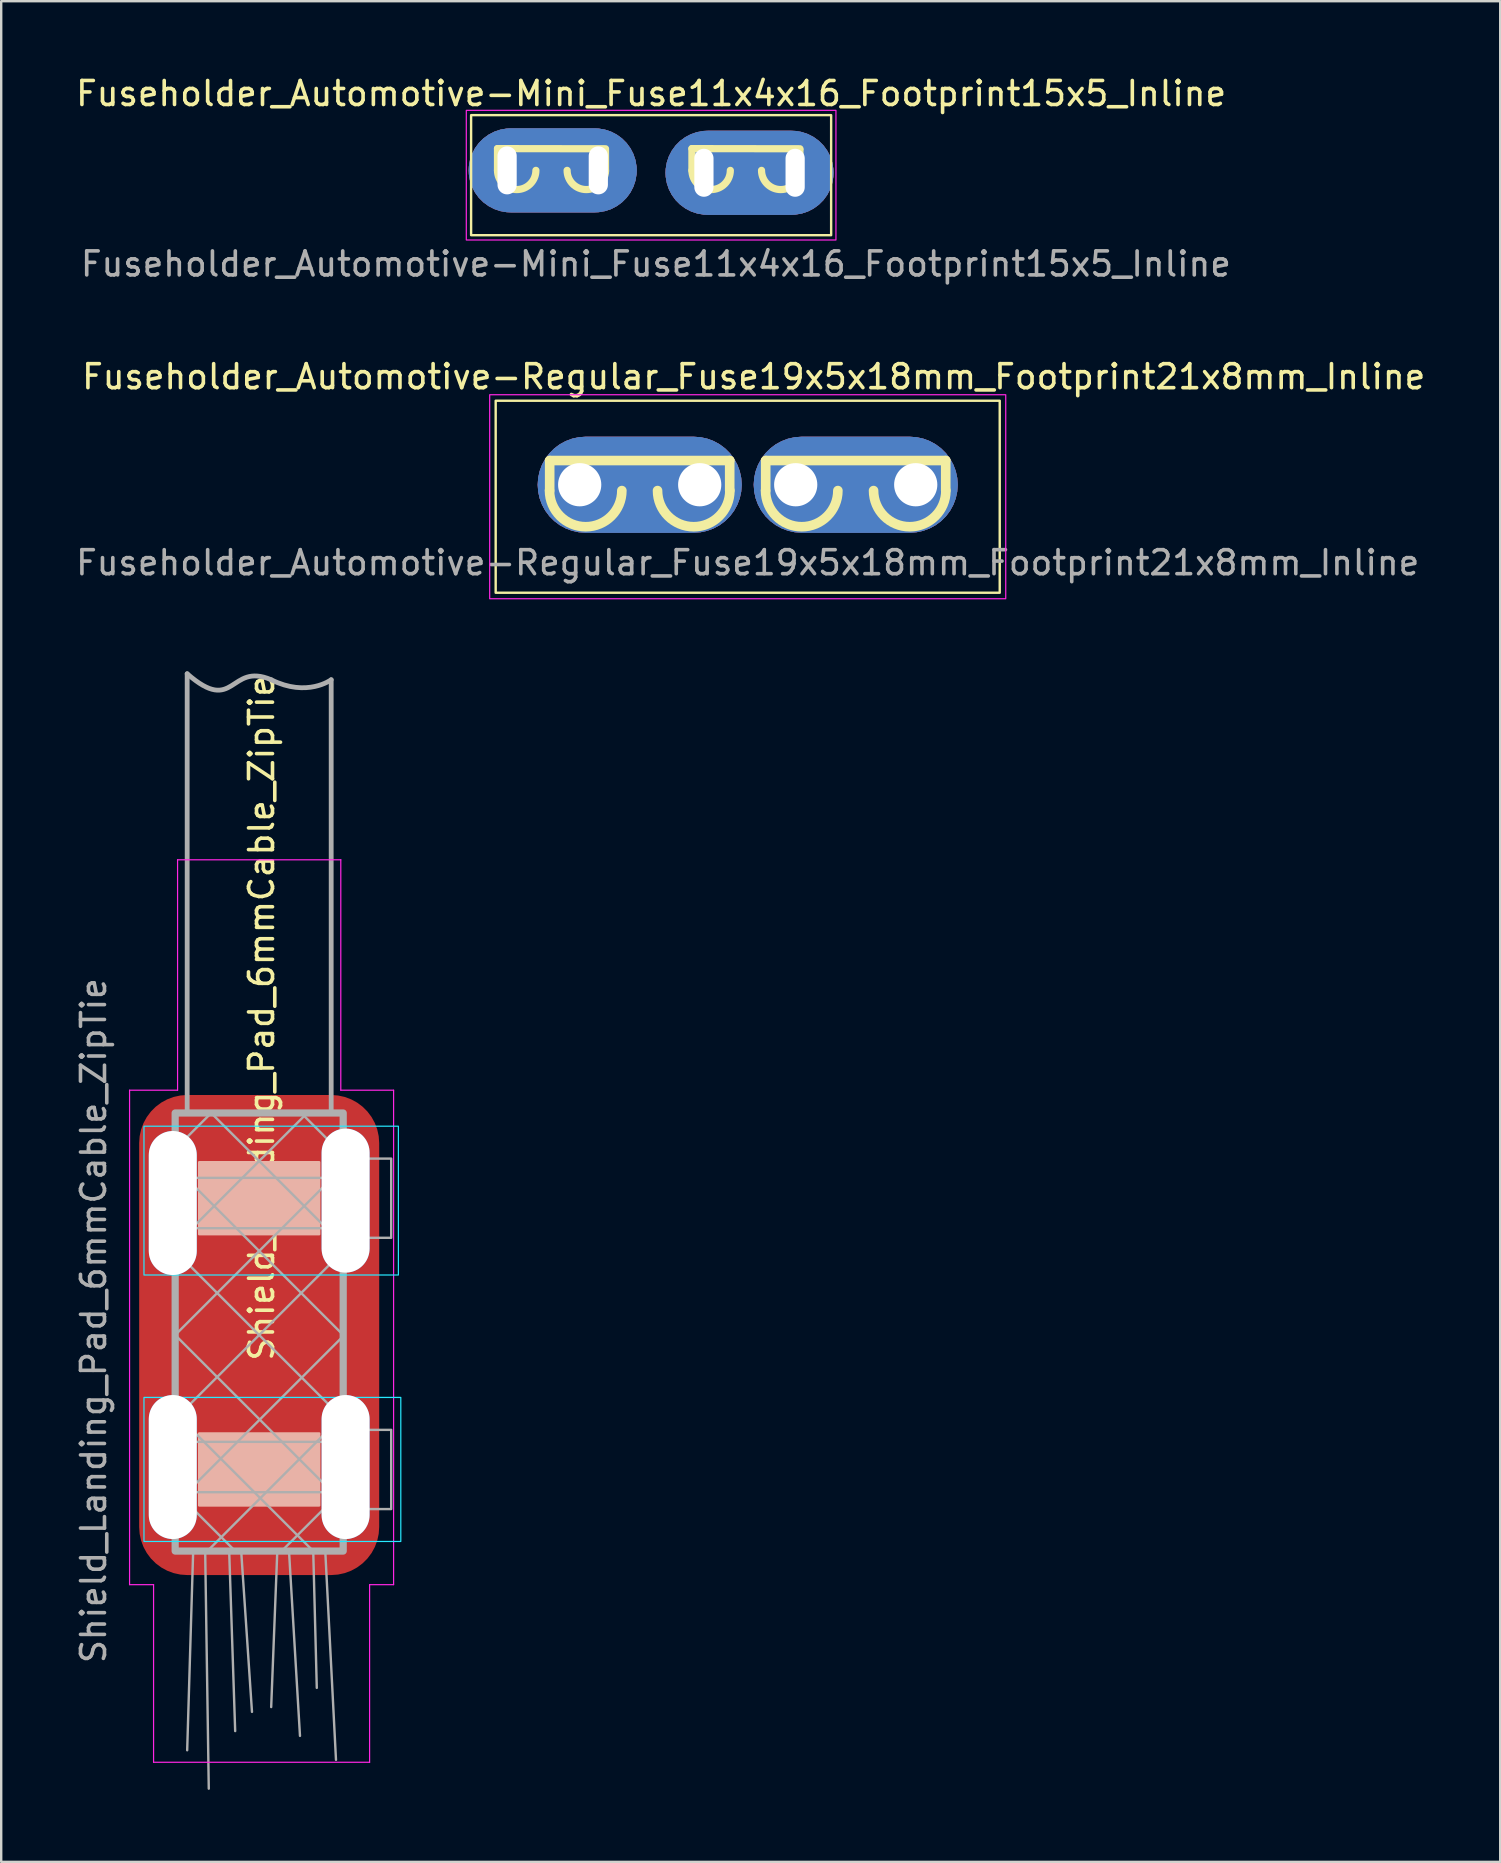
<source format=kicad_pcb>
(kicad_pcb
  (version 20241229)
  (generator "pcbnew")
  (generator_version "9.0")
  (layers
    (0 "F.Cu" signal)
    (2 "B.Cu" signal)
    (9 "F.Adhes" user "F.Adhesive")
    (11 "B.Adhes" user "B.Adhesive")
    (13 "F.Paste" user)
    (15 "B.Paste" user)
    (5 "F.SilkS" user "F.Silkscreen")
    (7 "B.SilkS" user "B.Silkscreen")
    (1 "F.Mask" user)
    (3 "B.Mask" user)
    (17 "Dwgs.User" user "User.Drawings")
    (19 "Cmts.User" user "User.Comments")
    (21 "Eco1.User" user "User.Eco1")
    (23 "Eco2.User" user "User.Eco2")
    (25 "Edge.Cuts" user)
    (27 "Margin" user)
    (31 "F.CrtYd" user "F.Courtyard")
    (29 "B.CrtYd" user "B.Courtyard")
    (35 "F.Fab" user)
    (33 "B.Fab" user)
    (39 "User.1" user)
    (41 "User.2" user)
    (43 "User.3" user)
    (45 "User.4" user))
  (footprint "Shield_Landing_Pad_6mmCable_ZipTie"
    (layer "F.Cu")
    (at 7.748 52.57)
    (property "Reference" "Shield_Landing_Pad_6mmCable_ZipTie" (at 0.1 -13.2 90) (layer "F.SilkS") (effects (font (size 1 1) (thickness 0.15))))
    (fp_rect (start -2.5 -7.2) (end 2.5 -4.2) (stroke (width 0.1) (type solid)) (fill yes) (layer "B.SilkS"))
    (fp_rect (start -2.5 4.1) (end 2.5 7.1) (stroke (width 0.1) (type solid)) (fill yes) (layer "B.SilkS"))
    (fp_rect (start -4.8 -8.7) (end 5.8 -2.5) (stroke (width 0.05) (type default)) (fill no) (layer "B.CrtYd"))
    (fp_rect (start -4.8 2.6) (end 5.9 8.6) (stroke (width 0.05) (type default)) (fill no) (layer "B.CrtYd"))
    (fp_line (start -5.4 -10.2) (end -5.4 10.4) (stroke (width 0.05) (type default)) (layer "F.CrtYd"))
    (fp_line (start -5.4 10.4) (end -4.4 10.4) (stroke (width 0.05) (type default)) (layer "F.CrtYd"))
    (fp_line (start -4.4 10.4) (end -4.4 17.8) (stroke (width 0.05) (type default)) (layer "F.CrtYd"))
    (fp_line (start -4.4 17.8) (end 4.6 17.8) (stroke (width 0.05) (type default)) (layer "F.CrtYd"))
    (fp_line (start -3.4 -19.8) (end -3.4 -10.2) (stroke (width 0.05) (type default)) (layer "F.CrtYd"))
    (fp_line (start -3.4 -10.2) (end -5.4 -10.2) (stroke (width 0.05) (type default)) (layer "F.CrtYd"))
    (fp_line (start 3.4 -19.8) (end -3.4 -19.8) (stroke (width 0.05) (type default)) (layer "F.CrtYd"))
    (fp_line (start 3.4 -10.2) (end 3.4 -19.8) (stroke (width 0.05) (type default)) (layer "F.CrtYd"))
    (fp_line (start 4.6 10.4) (end 5.6 10.4) (stroke (width 0.05) (type default)) (layer "F.CrtYd"))
    (fp_line (start 4.6 17.8) (end 4.6 10.4) (stroke (width 0.05) (type default)) (layer "F.CrtYd"))
    (fp_line (start 5.6 -10.2) (end 3.4 -10.2) (stroke (width 0.05) (type default)) (layer "F.CrtYd"))
    (fp_line (start 5.6 10.4) (end 5.6 -10.2) (stroke (width 0.05) (type default)) (layer "F.CrtYd"))
    (fp_line (start -3.657 6.343) (end -1 9) (stroke (width 0.1) (type solid)) (layer "F.Fab"))
    (fp_line (start -3.453 -7.797) (end -2 -9.25) (stroke (width 0.1) (type solid)) (layer "F.Fab"))
    (fp_line (start -3.453 -6.953) (end 3.453 -0.047) (stroke (width 0.1) (type solid)) (layer "F.Fab"))
    (fp_line (start -3.453 -3.797) (end 1.875 -9.125) (stroke (width 0.1) (type solid)) (layer "F.Fab"))
    (fp_line (start -3.453 -3.453) (end 3.453 3.453) (stroke (width 0.1) (type solid)) (layer "F.Fab"))
    (fp_line (start -3.453 -0.047) (end 3.453 -6.953) (stroke (width 0.1) (type solid)) (layer "F.Fab"))
    (fp_line (start -3.453 0.047) (end 3.453 6.953) (stroke (width 0.1) (type solid)) (layer "F.Fab"))
    (fp_line (start -3.453 3.297) (end 2.25 9) (stroke (width 0.1) (type solid)) (layer "F.Fab"))
    (fp_line (start -3.453 3.453) (end 3.453 -3.453) (stroke (width 0.1) (type solid)) (layer "F.Fab"))
    (fp_line (start -3.407 6.953) (end 3.5 0.047) (stroke (width 0.1) (type solid)) (layer "F.Fab"))
    (fp_line (start -3 -9.3) (end -3 -27.55) (stroke (width 0.2) (type solid)) (layer "F.Fab"))
    (fp_line (start -2.75 9) (end -3 17.3) (stroke (width 0.1) (type default)) (layer "F.Fab"))
    (fp_line (start -2.25 9) (end -2.1 18.9) (stroke (width 0.1) (type default)) (layer "F.Fab"))
    (fp_line (start -2.157 9) (end 3.5 3.343) (stroke (width 0.1) (type solid)) (layer "F.Fab"))
    (fp_line (start -2 -9.25) (end 3.453 -3.797) (stroke (width 0.1) (type solid)) (layer "F.Fab"))
    (fp_line (start -1.25 9) (end -1 16.5) (stroke (width 0.1) (type default)) (layer "F.Fab"))
    (fp_line (start -0.75 9) (end -0.3 15.7) (stroke (width 0.1) (type default)) (layer "F.Fab"))
    (fp_line (start 0.75 9.125) (end 0.5 15.5) (stroke (width 0.1) (type default)) (layer "F.Fab"))
    (fp_line (start 0.936 9) (end 3.564 6.372) (stroke (width 0.1) (type solid)) (layer "F.Fab"))
    (fp_line (start 1.25 9.125) (end 1.7 16.7) (stroke (width 0.1) (type default)) (layer "F.Fab"))
    (fp_line (start 1.75 -9.25) (end 3.453 -7.547) (stroke (width 0.1) (type solid)) (layer "F.Fab"))
    (fp_line (start 2.25 8.938) (end 2.4 14.7) (stroke (width 0.1) (type default)) (layer "F.Fab"))
    (fp_line (start 2.75 8.938) (end 3.2 17.7) (stroke (width 0.1) (type default)) (layer "F.Fab"))
    (fp_line (start 3 -27.3) (end 3 -9.3) (stroke (width 0.2) (type solid)) (layer "F.Fab"))
    (fp_rect (start -3.5 -9.25) (end 3.5 9) (stroke (width 0.3) (type solid)) (fill no) (layer "F.Fab"))
    (fp_rect (start -3.5 4.452) (end 3.7 6.548) (stroke (width 0.1) (type solid)) (fill no) (layer "F.Fab"))
    (fp_rect (start -3.4 -6.548) (end 3.4 -4.452) (stroke (width 0.1) (type solid)) (fill no) (layer "F.Fab"))
    (fp_rect (start 3.1 -7.35) (end 5.5 -4.05) (stroke (width 0.1) (type solid)) (fill no) (layer "F.Fab"))
    (fp_rect (start 3.1 3.95) (end 5.5 7.25) (stroke (width 0.1) (type solid)) (fill no) (layer "F.Fab"))
    (fp_curve (pts (xy -3 -27.55) (xy -1 -25.8) (xy -1.25 -28.05) (xy 0.5 -27.3)) (stroke (width 0.2) (type solid)) (layer "F.Fab"))
    (fp_curve (pts (xy 0.5 -27.3) (xy 2 -26.55) (xy 3 -27.3) (xy 3 -27.3)) (stroke (width 0.2) (type solid)) (layer "F.Fab"))
    (fp_text user "${REFERENCE}" (at -6.9 -0.6 90) (layer "F.Fab") (effects (font (size 1 1) (thickness 0.15))))
    (pad "" np_thru_hole roundrect (at -3.6 -5.5) (size 2 6) (drill oval 2 6) (layers "*.Cu" "B.Mask") (roundrect_rratio 0.5))
    (pad "" np_thru_hole roundrect (at -3.6 5.5) (size 2 6) (drill oval 2 6) (layers "*.Cu" "B.Mask") (roundrect_rratio 0.5))
    (pad "" np_thru_hole roundrect (at 3.6 -5.6) (size 2 6) (drill oval 2 6) (layers "*.Cu" "B.Mask") (roundrect_rratio 0.5))
    (pad "" np_thru_hole roundrect (at 3.6 5.5) (size 2 6) (drill oval 2 6) (layers "*.Cu" "B.Mask") (roundrect_rratio 0.5))
    (pad "1" smd roundrect (at 0 0) (size 10 20) (layers "F.Cu" "F.Mask" "F.Paste") (roundrect_rratio 0.2)))
  (footprint "Fuseholder_Automotive-Mini_Fuse11x4x16_Footprint15x5_Inline"
    (layer "F.Cu")
    (at 18.077 4.148)
    (property "Reference" "Fuseholder_Automotive-Mini_Fuse11x4x16_Footprint15x5_Inline" (at 6 -3.3 0) (layer "F.SilkS") (effects (font (size 1 1) (thickness 0.15))))
    (attr through_hole)
    (fp_line (start -0.4 -1.007) (end -0.4 -0.1) (stroke (width 0.3) (type default)) (layer "F.SilkS"))
    (fp_line (start -0.4 -1.007) (end 4.1 -1) (stroke (width 0.3) (type default)) (layer "F.SilkS"))
    (fp_line (start 4.1 -0.953) (end 4.1 -0.047) (stroke (width 0.3) (type default)) (layer "F.SilkS"))
    (fp_line (start 7.7 -1.007) (end 7.7 -0.1) (stroke (width 0.3) (type default)) (layer "F.SilkS"))
    (fp_line (start 7.7 -1.007) (end 12.2 -1) (stroke (width 0.3) (type default)) (layer "F.SilkS"))
    (fp_line (start 12.2 -0.953) (end 12.2 -0.047) (stroke (width 0.3) (type default)) (layer "F.SilkS"))
    (fp_rect (start -1.5 -2.4) (end 13.5 2.6) (stroke (width 0.1) (type default)) (fill no) (layer "F.SilkS"))
    (fp_arc (start 1.199992 -0.1) (mid 0.4 0.7) (end -0.400008 -0.099984) (stroke (width 0.3) (type default)) (layer "F.SilkS"))
    (fp_arc (start 4.099992 -0.1) (mid 3.299998 0.700002) (end 2.499992 -0.099984) (stroke (width 0.3) (type default)) (layer "F.SilkS"))
    (fp_arc (start 9.299992 -0.1) (mid 8.5 0.7) (end 7.699992 -0.099984) (stroke (width 0.3) (type default)) (layer "F.SilkS"))
    (fp_arc (start 12.199992 -0.1) (mid 11.4 0.7) (end 10.599992 -0.099984) (stroke (width 0.3) (type default)) (layer "F.SilkS"))
    (fp_rect (start -1.7 -2.6) (end 13.7 2.8) (stroke (width 0.05) (type default)) (fill no) (layer "F.CrtYd"))
    (fp_text user "${REFERENCE}" (at 6.2 3.8 0) (layer "F.Fab") (effects (font (size 1 1) (thickness 0.15))))
    (pad "1" thru_hole roundrect (at 0 -0.1) (size 7 3.5) (drill oval 0.8 2 (offset 1.9 0)) (layers "*.Cu" "*.Mask") (roundrect_rratio 0.5))
    (pad "1" thru_hole roundrect (at 3.8 -0.1) (size 7 3.5) (drill oval 0.8 2 (offset -1.9 0)) (layers "*.Cu" "*.Mask") (roundrect_rratio 0.5))
    (pad "2" thru_hole roundrect (at 8.2 0) (size 7 3.5) (drill oval 0.8 2 (offset 1.9 0)) (layers "*.Cu" "*.Mask") (roundrect_rratio 0.5))
    (pad "2" thru_hole roundrect (at 12 0) (size 7 3.5) (drill oval 0.8 2 (offset -1.9 0)) (layers "*.Cu" "*.Mask") (roundrect_rratio 0.5)))
  (footprint "Fuseholder_Automotive-Regular_Fuse19x5x18mm_Footprint21x8mm_Inline"
    (layer "F.Cu")
    (at 22.351 17.145)
    (property "Reference" "Fuseholder_Automotive-Regular_Fuse19x5x18mm_Footprint21x8mm_Inline" (at 6 -4.5 0) (layer "F.SilkS") (effects (font (size 1 1) (thickness 0.15))))
    (attr through_hole)
    (fp_line (start -2.5 -1.007) (end -2.5 0.243) (stroke (width 0.4) (type default)) (layer "F.SilkS"))
    (fp_line (start -2.5 -1.007) (end 5 -1.007) (stroke (width 0.4) (type default)) (layer "F.SilkS"))
    (fp_line (start 5 -1.007) (end 5 0.243) (stroke (width 0.4) (type default)) (layer "F.SilkS"))
    (fp_line (start 6.5 -1.007) (end 6.5 0.243) (stroke (width 0.4) (type default)) (layer "F.SilkS"))
    (fp_line (start 6.5 -1.007) (end 14 -1.007) (stroke (width 0.4) (type default)) (layer "F.SilkS"))
    (fp_line (start 14 -1.007) (end 14 0.243) (stroke (width 0.4) (type default)) (layer "F.SilkS"))
    (fp_rect (start -4.75 -3.5) (end 16.25 4.5) (stroke (width 0.1) (type default)) (fill no) (layer "F.SilkS"))
    (fp_arc (start 0.506718 0.243282) (mid -1 1.75) (end -2.506718 0.243282) (stroke (width 0.4) (type default)) (layer "F.SilkS"))
    (fp_arc (start 5.006718 0.243282) (mid 3.5 1.75) (end 1.993282 0.243282) (stroke (width 0.4) (type default)) (layer "F.SilkS"))
    (fp_arc (start 9.506718 0.243282) (mid 8 1.75) (end 6.493282 0.243282) (stroke (width 0.4) (type default)) (layer "F.SilkS"))
    (fp_arc (start 14.006718 0.243282) (mid 12.5 1.75) (end 10.993282 0.243282) (stroke (width 0.4) (type default)) (layer "F.SilkS"))
    (fp_rect (start -5 -3.75) (end 16.5 4.75) (stroke (width 0.05) (type default)) (fill no) (layer "F.CrtYd"))
    (fp_text user "${REFERENCE}" (at 5.75 3.25 0) (layer "F.Fab") (effects (font (size 1 1) (thickness 0.15))))
    (pad "1" thru_hole roundrect (at -1.25 0) (size 8.5 4) (drill 1.8 (offset 2.5 0)) (layers "*.Cu" "*.Mask") (roundrect_rratio 0.5))
    (pad "1" thru_hole roundrect (at 3.75 0) (size 8.5 4) (drill 1.8 (offset -2.5 0)) (layers "*.Cu" "*.Mask") (roundrect_rratio 0.5))
    (pad "2" thru_hole roundrect (at 7.75 0) (size 8.5 4) (drill 1.8 (offset 2.5 0)) (layers "*.Cu" "*.Mask") (roundrect_rratio 0.5))
    (pad "2" thru_hole roundrect (at 12.75 0) (size 8.5 4) (drill 1.8 (offset -2.5 0)) (layers "*.Cu" "*.Mask") (roundrect_rratio 0.5)))
  (gr_rect
    (start -3 -3)
    (end 59.452 74.52)
    (stroke (width 0.1) (type default))
    (fill no)
    (layer "Edge.Cuts")))
</source>
